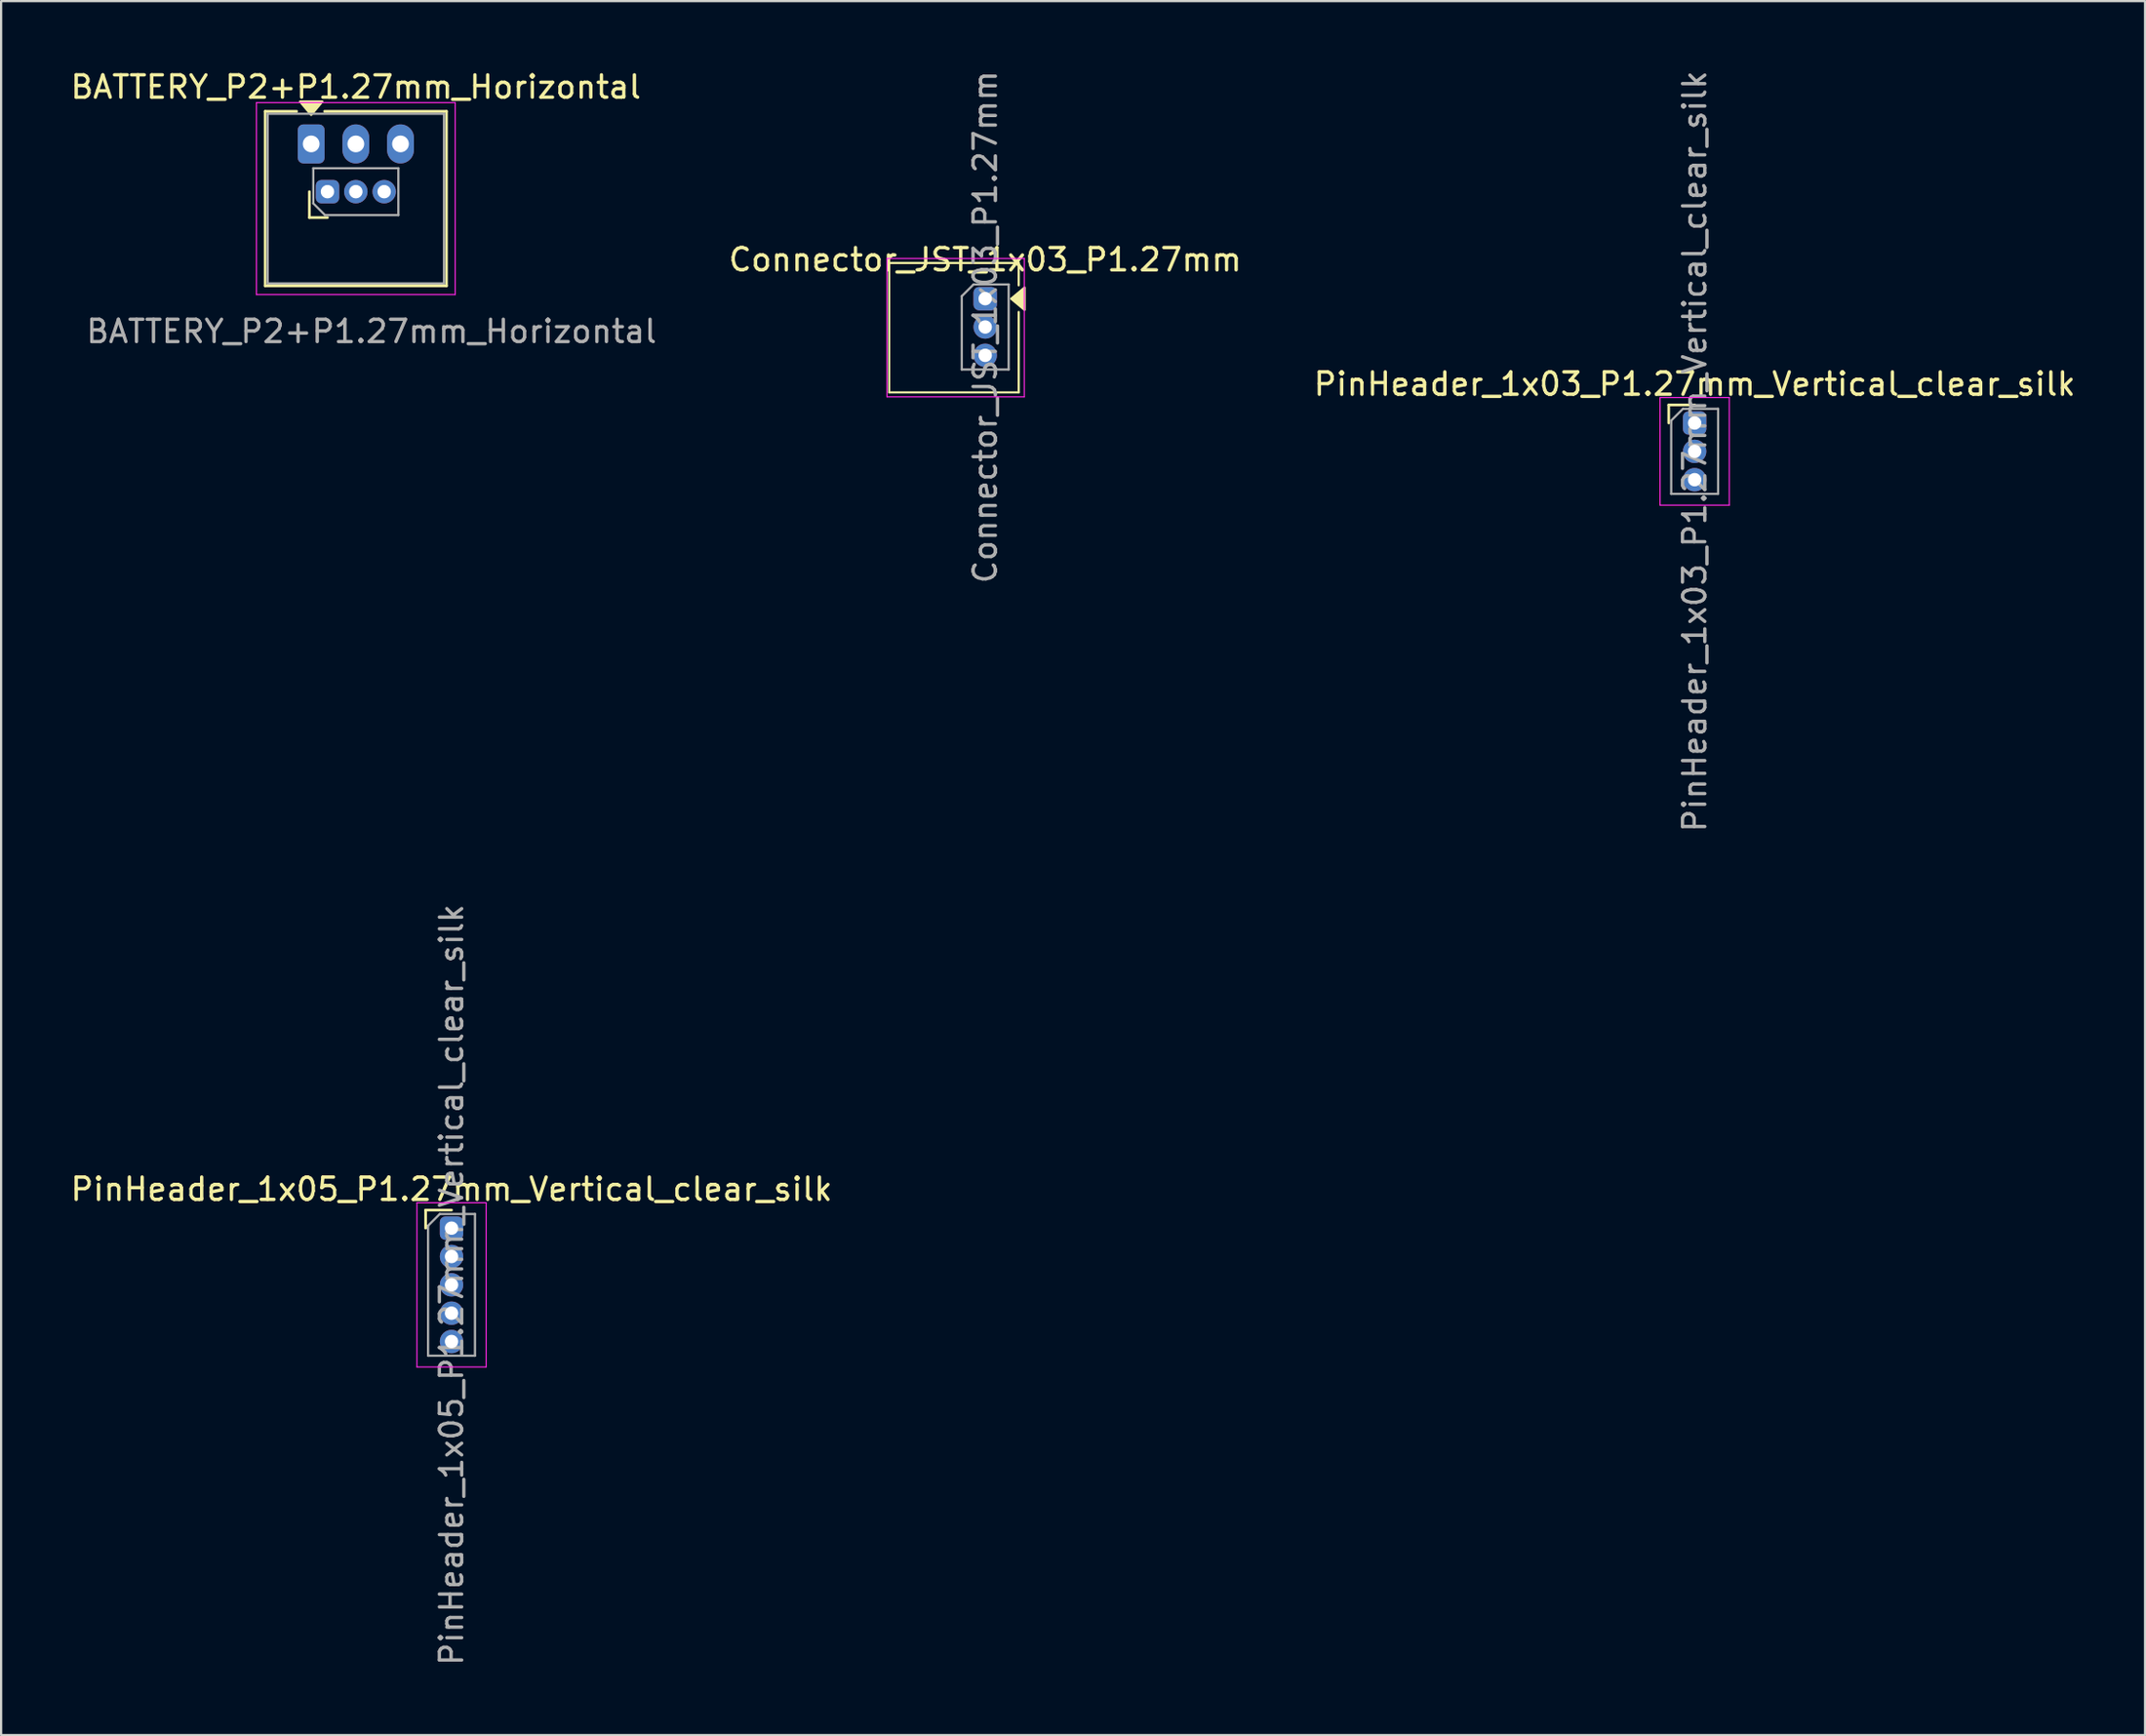
<source format=kicad_pcb>
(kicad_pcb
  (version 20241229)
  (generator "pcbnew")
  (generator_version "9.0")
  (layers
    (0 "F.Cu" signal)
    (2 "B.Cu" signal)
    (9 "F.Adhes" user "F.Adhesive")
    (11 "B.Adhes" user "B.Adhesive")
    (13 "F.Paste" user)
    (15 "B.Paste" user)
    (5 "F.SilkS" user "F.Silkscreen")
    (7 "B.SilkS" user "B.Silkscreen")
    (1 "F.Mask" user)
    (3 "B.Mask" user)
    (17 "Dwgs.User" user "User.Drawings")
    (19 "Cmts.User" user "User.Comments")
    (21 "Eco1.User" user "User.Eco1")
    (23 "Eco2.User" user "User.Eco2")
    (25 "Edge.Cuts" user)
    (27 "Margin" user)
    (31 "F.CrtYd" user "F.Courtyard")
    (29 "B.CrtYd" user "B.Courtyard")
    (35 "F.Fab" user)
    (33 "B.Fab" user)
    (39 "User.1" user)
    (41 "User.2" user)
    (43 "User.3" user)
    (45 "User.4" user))
  (footprint "BATTERY_P2+P1.27mm_Horizontal"
    (layer "F.Cu")
    (at 10.887 3.398)
    (property "Reference" "BATTERY_P2+P1.27mm_Horizontal" (at 2 -2.55 0) (layer "F.SilkS") (effects (font (size 1 1) (thickness 0.15))))
    (attr through_hole)
    (fp_line (start -2.06 -1.46) (end -2.06 6.36) (stroke (width 0.12) (type solid)) (layer "F.SilkS"))
    (fp_line (start -2.06 6.36) (end 6.06 6.36) (stroke (width 0.12) (type solid)) (layer "F.SilkS"))
    (fp_line (start -0.65 -1.46) (end -2.06 -1.46) (stroke (width 0.12) (type solid)) (layer "F.SilkS"))
    (fp_line (start -0.08 3.3) (end -0.08 2.14) (stroke (width 0.12) (type solid)) (layer "F.SilkS"))
    (fp_line (start 0.73 3.3) (end -0.08 3.3) (stroke (width 0.12) (type solid)) (layer "F.SilkS"))
    (fp_line (start 6.06 -1.46) (end 0.6 -1.46) (stroke (width 0.12) (type solid)) (layer "F.SilkS"))
    (fp_line (start 6.06 6.36) (end 6.06 -1.46) (stroke (width 0.12) (type solid)) (layer "F.SilkS"))
    (fp_poly (pts (xy 0 -1.3) (xy 0.5 -1.9) (xy -0.5 -1.9)) (stroke (width 0.1) (type solid)) (fill yes) (layer "F.SilkS"))
    (fp_line (start -2.45 -1.85) (end -2.45 6.75) (stroke (width 0.05) (type solid)) (layer "F.CrtYd"))
    (fp_line (start -2.45 6.75) (end 6.45 6.75) (stroke (width 0.05) (type solid)) (layer "F.CrtYd"))
    (fp_line (start 6.45 -1.85) (end -2.45 -1.85) (stroke (width 0.05) (type solid)) (layer "F.CrtYd"))
    (fp_line (start 6.45 6.75) (end 6.45 -1.85) (stroke (width 0.05) (type solid)) (layer "F.CrtYd"))
    (fp_line (start -1.95 -1.35) (end -1.95 6.25) (stroke (width 0.1) (type solid)) (layer "F.Fab"))
    (fp_line (start -1.95 6.25) (end 5.95 6.25) (stroke (width 0.1) (type solid)) (layer "F.Fab"))
    (fp_line (start 0.095 1.09) (end 3.905 1.09) (stroke (width 0.1) (type solid)) (layer "F.Fab"))
    (fp_line (start 0.095 2.665) (end 0.095 1.09) (stroke (width 0.1) (type solid)) (layer "F.Fab"))
    (fp_line (start 0.62 3.19) (end 0.095 2.665) (stroke (width 0.1) (type solid)) (layer "F.Fab"))
    (fp_line (start 3.905 1.09) (end 3.905 3.19) (stroke (width 0.1) (type solid)) (layer "F.Fab"))
    (fp_line (start 3.905 3.19) (end 0.62 3.19) (stroke (width 0.1) (type solid)) (layer "F.Fab"))
    (fp_line (start 5.95 -1.35) (end -1.95 -1.35) (stroke (width 0.1) (type solid)) (layer "F.Fab"))
    (fp_line (start 5.95 6.25) (end 5.95 -1.35) (stroke (width 0.1) (type solid)) (layer "F.Fab"))
    (fp_text user "${REFERENCE}" (at 2.7 8.4 0) (layer "F.Fab") (effects (font (size 1 1) (thickness 0.15))))
    (pad "1" thru_hole roundrect (at 0 0) (size 1.2 1.75) (drill 0.75) (layers "*.Cu" "*.Mask") (roundrect_rratio 0.208))
    (pad "1" thru_hole roundrect (at 0.73 2.14 90) (size 1.05 1.05) (drill 0.6) (layers "*.Cu" "*.Mask") (roundrect_rratio 0.238))
    (pad "2" thru_hole oval (at 2 0) (size 1.2 1.75) (drill 0.75) (layers "*.Cu" "*.Mask"))
    (pad "2" thru_hole circle (at 2 2.14 90) (size 1.05 1.05) (drill 0.6) (layers "*.Cu" "*.Mask"))
    (pad "3" thru_hole circle (at 3.27 2.14 90) (size 1.05 1.05) (drill 0.6) (layers "*.Cu" "*.Mask"))
    (pad "3" thru_hole oval (at 4 0) (size 1.2 1.75) (drill 0.75) (layers "*.Cu" "*.Mask")))
  (footprint "PinHeader_1x03_P1.27mm_Vertical_clear_silk"
    (layer "F.Cu")
    (at 72.849 15.903)
    (property "Reference" "PinHeader_1x03_P1.27mm_Vertical_clear_silk" (at 0 -1.745 0) (layer "F.SilkS") (effects (font (size 1 1) (thickness 0.15))))
    (attr through_hole)
    (fp_line (start -1.16 -0.81) (end 0 -0.81) (stroke (width 0.12) (type solid)) (layer "F.SilkS"))
    (fp_line (start -1.16 0) (end -1.16 -0.81) (stroke (width 0.12) (type solid)) (layer "F.SilkS"))
    (fp_line (start -1.55 -1.14) (end -1.55 3.68) (stroke (width 0.05) (type solid)) (layer "F.CrtYd"))
    (fp_line (start -1.55 3.68) (end 1.55 3.68) (stroke (width 0.05) (type solid)) (layer "F.CrtYd"))
    (fp_line (start 1.55 -1.14) (end -1.55 -1.14) (stroke (width 0.05) (type solid)) (layer "F.CrtYd"))
    (fp_line (start 1.55 3.68) (end 1.55 -1.14) (stroke (width 0.05) (type solid)) (layer "F.CrtYd"))
    (fp_line (start -1.05 -0.11) (end -0.525 -0.635) (stroke (width 0.1) (type solid)) (layer "F.Fab"))
    (fp_line (start -1.05 3.175) (end -1.05 -0.11) (stroke (width 0.1) (type solid)) (layer "F.Fab"))
    (fp_line (start -0.525 -0.635) (end 1.05 -0.635) (stroke (width 0.1) (type solid)) (layer "F.Fab"))
    (fp_line (start 1.05 -0.635) (end 1.05 3.175) (stroke (width 0.1) (type solid)) (layer "F.Fab"))
    (fp_line (start 1.05 3.175) (end -1.05 3.175) (stroke (width 0.1) (type solid)) (layer "F.Fab"))
    (fp_text user "${REFERENCE}" (at 0 1.27 90) (layer "F.Fab") (effects (font (size 1 1) (thickness 0.15))))
    (pad "1" thru_hole roundrect (at 0 0) (size 1.05 1.05) (drill 0.6) (layers "*.Cu" "*.Mask") (roundrect_rratio 0.238))
    (pad "2" thru_hole circle (at 0 1.27) (size 1.05 1.05) (drill 0.6) (layers "*.Cu" "*.Mask"))
    (pad "3" thru_hole circle (at 0 2.54) (size 1.05 1.05) (drill 0.6) (layers "*.Cu" "*.Mask")))
  (footprint "Connector_JST_1x03_P1.27mm"
    (layer "F.Cu")
    (at 41.075 10.331)
    (property "Reference" "Connector_JST_1x03_P1.27mm" (at 0 -1.745 0) (layer "F.SilkS") (effects (font (size 1 1) (thickness 0.15))))
    (attr through_hole)
    (fp_line (start -4.3 -1.6) (end 1.5 -1.6) (stroke (width 0.1) (type default)) (layer "F.SilkS"))
    (fp_line (start -4.3 4.2) (end -4.3 -1.6) (stroke (width 0.1) (type default)) (layer "F.SilkS"))
    (fp_line (start 1.5 -1.6) (end 1.5 -0.6) (stroke (width 0.1) (type default)) (layer "F.SilkS"))
    (fp_line (start 1.5 0.6) (end 1.5 4.2) (stroke (width 0.1) (type default)) (layer "F.SilkS"))
    (fp_line (start 1.5 4.2) (end -4.3 4.2) (stroke (width 0.1) (type default)) (layer "F.SilkS"))
    (fp_poly (pts (xy 1.164 0.004) (xy 1.764 0.504) (xy 1.764 -0.496)) (stroke (width 0.1) (type solid)) (fill yes) (layer "F.SilkS"))
    (fp_line (start -4.4 -1.8) (end -4.4 4.4) (stroke (width 0.05) (type solid)) (layer "F.CrtYd"))
    (fp_line (start -4.4 4.4) (end 1.75 4.4) (stroke (width 0.05) (type solid)) (layer "F.CrtYd"))
    (fp_line (start 1.75 -1.8) (end -4.4 -1.8) (stroke (width 0.05) (type solid)) (layer "F.CrtYd"))
    (fp_line (start 1.75 4.4) (end 1.75 -1.8) (stroke (width 0.05) (type solid)) (layer "F.CrtYd"))
    (fp_line (start -1.05 -0.11) (end -0.525 -0.635) (stroke (width 0.1) (type solid)) (layer "F.Fab"))
    (fp_line (start -1.05 3.175) (end -1.05 -0.11) (stroke (width 0.1) (type solid)) (layer "F.Fab"))
    (fp_line (start -0.525 -0.635) (end 1.05 -0.635) (stroke (width 0.1) (type solid)) (layer "F.Fab"))
    (fp_line (start 1.05 -0.635) (end 1.05 3.175) (stroke (width 0.1) (type solid)) (layer "F.Fab"))
    (fp_line (start 1.05 3.175) (end -1.05 3.175) (stroke (width 0.1) (type solid)) (layer "F.Fab"))
    (fp_text user "${REFERENCE}" (at 0 1.27 90) (layer "F.Fab") (effects (font (size 1 1) (thickness 0.15))))
    (pad "1" thru_hole roundrect (at 0 0) (size 1.05 1.05) (drill 0.6) (layers "*.Cu" "*.Mask") (roundrect_rratio 0.238))
    (pad "2" thru_hole circle (at 0 1.27) (size 1.05 1.05) (drill 0.6) (layers "*.Cu" "*.Mask"))
    (pad "3" thru_hole circle (at 0 2.54) (size 1.05 1.05) (drill 0.6) (layers "*.Cu" "*.Mask")))
  (footprint "PinHeader_1x05_P1.27mm_Vertical_clear_silk"
    (layer "F.Cu")
    (at 17.173 51.978)
    (property "Reference" "PinHeader_1x05_P1.27mm_Vertical_clear_silk" (at 0 -1.745 0) (layer "F.SilkS") (effects (font (size 1 1) (thickness 0.15))))
    (attr through_hole)
    (fp_line (start -1.16 -0.81) (end 0 -0.81) (stroke (width 0.12) (type solid)) (layer "F.SilkS"))
    (fp_line (start -1.16 0) (end -1.16 -0.81) (stroke (width 0.12) (type solid)) (layer "F.SilkS"))
    (fp_line (start -1.55 -1.14) (end -1.55 6.22) (stroke (width 0.05) (type solid)) (layer "F.CrtYd"))
    (fp_line (start -1.55 6.22) (end 1.55 6.22) (stroke (width 0.05) (type solid)) (layer "F.CrtYd"))
    (fp_line (start 1.55 -1.14) (end -1.55 -1.14) (stroke (width 0.05) (type solid)) (layer "F.CrtYd"))
    (fp_line (start 1.55 6.22) (end 1.55 -1.14) (stroke (width 0.05) (type solid)) (layer "F.CrtYd"))
    (fp_line (start -1.05 -0.11) (end -0.525 -0.635) (stroke (width 0.1) (type solid)) (layer "F.Fab"))
    (fp_line (start -1.05 5.715) (end -1.05 -0.11) (stroke (width 0.1) (type solid)) (layer "F.Fab"))
    (fp_line (start -0.525 -0.635) (end 1.05 -0.635) (stroke (width 0.1) (type solid)) (layer "F.Fab"))
    (fp_line (start 1.05 -0.635) (end 1.05 5.715) (stroke (width 0.1) (type solid)) (layer "F.Fab"))
    (fp_line (start 1.05 5.715) (end -1.05 5.715) (stroke (width 0.1) (type solid)) (layer "F.Fab"))
    (fp_text user "${REFERENCE}" (at 0 2.54 90) (layer "F.Fab") (effects (font (size 1 1) (thickness 0.15))))
    (pad "1" thru_hole roundrect (at 0 0) (size 1.05 1.05) (drill 0.6) (layers "*.Cu" "*.Mask") (roundrect_rratio 0.238))
    (pad "2" thru_hole circle (at 0 1.27) (size 1.05 1.05) (drill 0.6) (layers "*.Cu" "*.Mask"))
    (pad "3" thru_hole circle (at 0 2.54) (size 1.05 1.05) (drill 0.6) (layers "*.Cu" "*.Mask"))
    (pad "4" thru_hole circle (at 0 3.81) (size 1.05 1.05) (drill 0.6) (layers "*.Cu" "*.Mask"))
    (pad "5" thru_hole circle (at 0 5.08) (size 1.05 1.05) (drill 0.6) (layers "*.Cu" "*.Mask")))
  (gr_rect
    (start -3 -3)
    (end 93.021 74.69)
    (stroke (width 0.1) (type default))
    (fill no)
    (layer "Edge.Cuts")))
</source>
